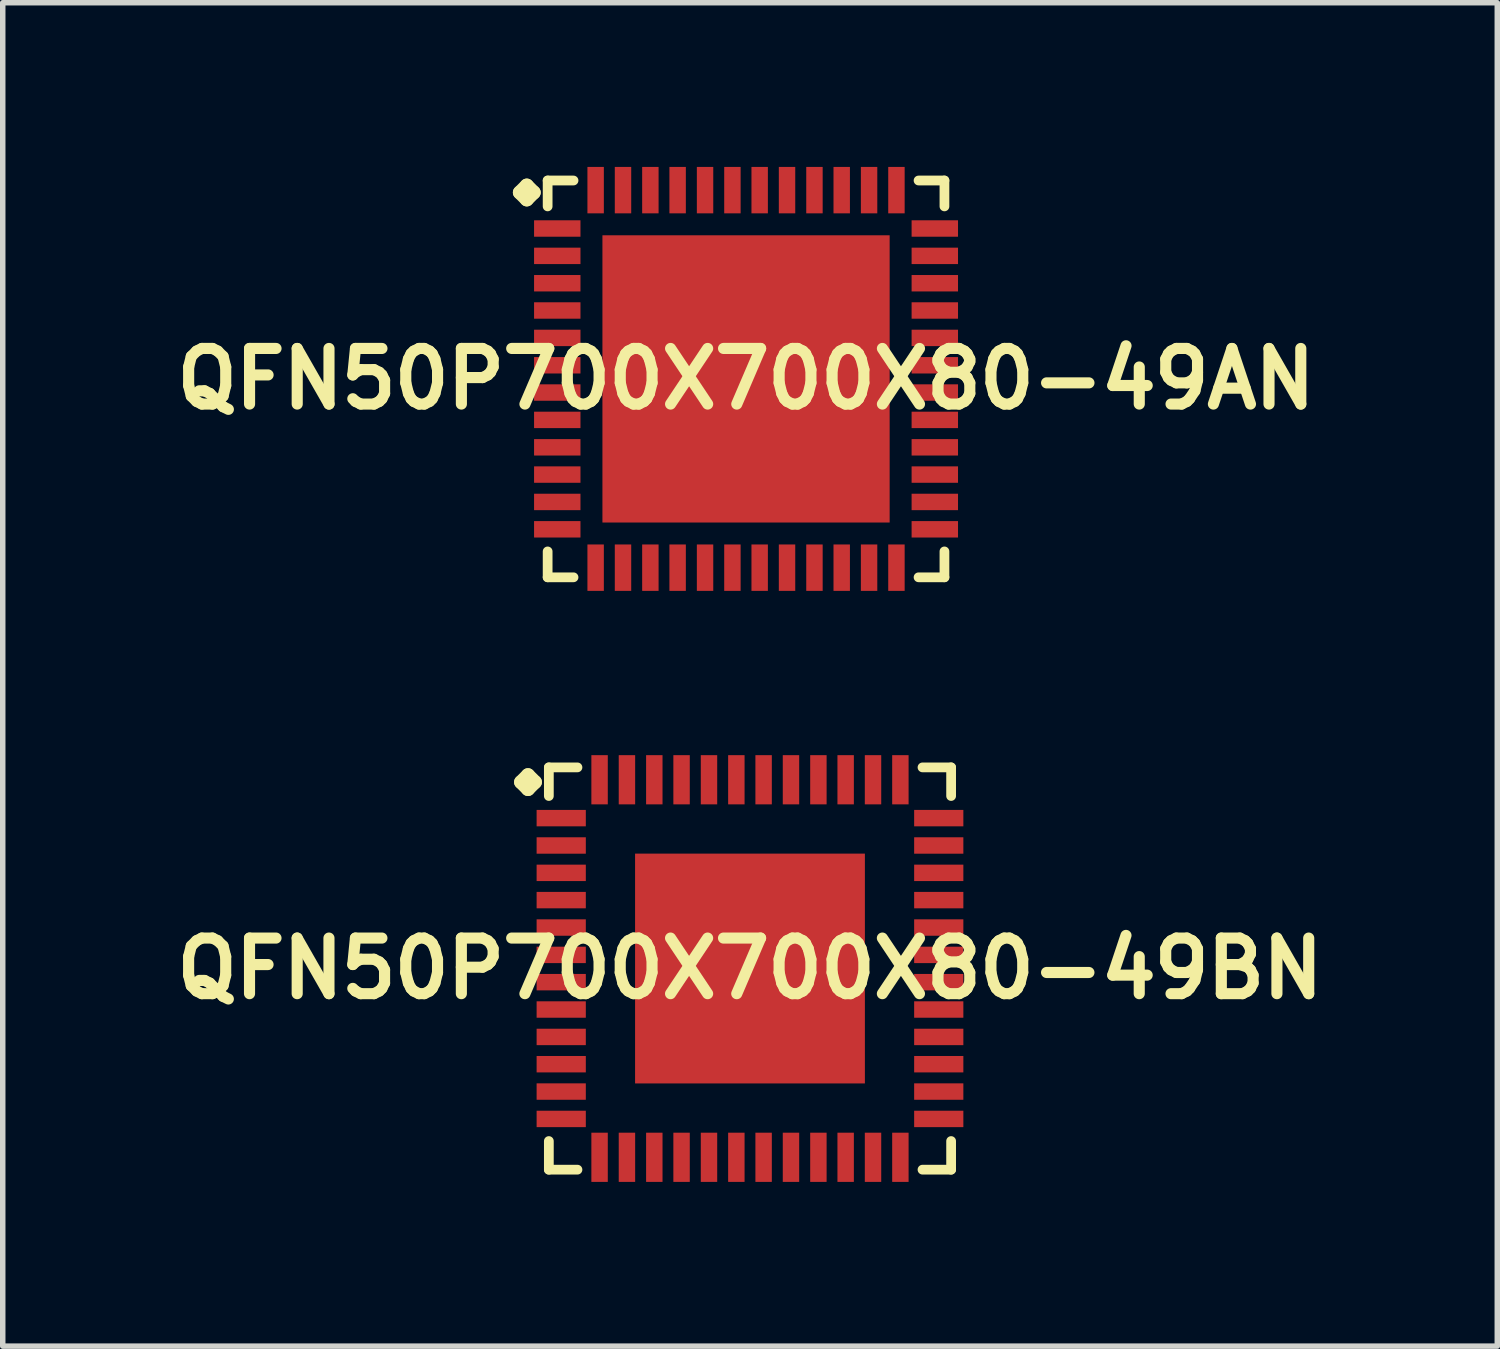
<source format=kicad_pcb>
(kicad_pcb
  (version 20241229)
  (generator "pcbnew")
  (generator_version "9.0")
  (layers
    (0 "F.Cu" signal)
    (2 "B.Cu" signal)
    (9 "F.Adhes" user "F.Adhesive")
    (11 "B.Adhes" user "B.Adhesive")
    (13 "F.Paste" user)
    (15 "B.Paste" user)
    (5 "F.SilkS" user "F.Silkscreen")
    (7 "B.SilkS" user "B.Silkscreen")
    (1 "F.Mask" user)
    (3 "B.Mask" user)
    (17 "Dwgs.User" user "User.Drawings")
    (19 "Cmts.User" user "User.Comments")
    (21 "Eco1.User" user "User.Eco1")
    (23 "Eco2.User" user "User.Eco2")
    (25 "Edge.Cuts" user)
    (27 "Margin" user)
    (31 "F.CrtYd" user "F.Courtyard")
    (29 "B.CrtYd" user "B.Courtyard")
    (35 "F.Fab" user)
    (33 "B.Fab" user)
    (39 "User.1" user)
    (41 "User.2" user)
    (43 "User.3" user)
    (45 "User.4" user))
  (footprint "QFN50P700X700X80-49AN"
    (layer "F.Cu")
    (at 10.581 3.873)
    (property "Reference" "QFN50P700X700X80-49AN" (at 0 0 0) (layer "F.SilkS") (effects (font (size 1.016 1.016) (thickness 0.203))))
    (attr smd)
    (fp_line (start -4.133 -3.406) (end -4.006 -3.533) (stroke (width 0.254) (type solid)) (layer "F.SilkS"))
    (fp_line (start -4.006 -3.533) (end -3.879 -3.406) (stroke (width 0.254) (type solid)) (layer "F.SilkS"))
    (fp_line (start -4.006 -3.279) (end -4.133 -3.406) (stroke (width 0.254) (type solid)) (layer "F.SilkS"))
    (fp_line (start -3.879 -3.406) (end -4.006 -3.279) (stroke (width 0.254) (type solid)) (layer "F.SilkS"))
    (fp_line (start -3.625 -3.625) (end -3.152 -3.625) (stroke (width 0.178) (type solid)) (layer "F.SilkS"))
    (fp_line (start -3.625 -3.152) (end -3.625 -3.625) (stroke (width 0.178) (type solid)) (layer "F.SilkS"))
    (fp_line (start -3.625 3.152) (end -3.625 3.625) (stroke (width 0.178) (type solid)) (layer "F.SilkS"))
    (fp_line (start -3.625 3.625) (end -3.152 3.625) (stroke (width 0.178) (type solid)) (layer "F.SilkS"))
    (fp_line (start 3.152 -3.625) (end 3.625 -3.625) (stroke (width 0.178) (type solid)) (layer "F.SilkS"))
    (fp_line (start 3.152 3.625) (end 3.625 3.625) (stroke (width 0.178) (type solid)) (layer "F.SilkS"))
    (fp_line (start 3.625 -3.625) (end 3.625 -3.152) (stroke (width 0.178) (type solid)) (layer "F.SilkS"))
    (fp_line (start 3.625 3.625) (end 3.625 3.152) (stroke (width 0.178) (type solid)) (layer "F.SilkS"))
    (pad "1" smd rect (at -3.449 -2.748) (size 0.848 0.3) (layers "F.Cu" "F.Mask" "F.Paste"))
    (pad "2" smd rect (at -3.449 -2.248) (size 0.848 0.3) (layers "F.Cu" "F.Mask" "F.Paste"))
    (pad "3" smd rect (at -3.449 -1.748) (size 0.848 0.3) (layers "F.Cu" "F.Mask" "F.Paste"))
    (pad "4" smd rect (at -3.449 -1.25) (size 0.848 0.3) (layers "F.Cu" "F.Mask" "F.Paste"))
    (pad "5" smd rect (at -3.449 -0.749) (size 0.848 0.3) (layers "F.Cu" "F.Mask" "F.Paste"))
    (pad "6" smd rect (at -3.449 -0.249) (size 0.848 0.3) (layers "F.Cu" "F.Mask" "F.Paste"))
    (pad "7" smd rect (at -3.449 0.249) (size 0.848 0.3) (layers "F.Cu" "F.Mask" "F.Paste"))
    (pad "8" smd rect (at -3.449 0.749) (size 0.848 0.3) (layers "F.Cu" "F.Mask" "F.Paste"))
    (pad "9" smd rect (at -3.449 1.25) (size 0.848 0.3) (layers "F.Cu" "F.Mask" "F.Paste"))
    (pad "10" smd rect (at -3.449 1.748) (size 0.848 0.3) (layers "F.Cu" "F.Mask" "F.Paste"))
    (pad "11" smd rect (at -3.449 2.248) (size 0.848 0.3) (layers "F.Cu" "F.Mask" "F.Paste"))
    (pad "12" smd rect (at -3.449 2.748) (size 0.848 0.3) (layers "F.Cu" "F.Mask" "F.Paste"))
    (pad "13" smd rect (at -2.748 3.449) (size 0.3 0.848) (layers "F.Cu" "F.Mask" "F.Paste"))
    (pad "14" smd rect (at -2.248 3.449) (size 0.3 0.848) (layers "F.Cu" "F.Mask" "F.Paste"))
    (pad "15" smd rect (at -1.748 3.449) (size 0.3 0.848) (layers "F.Cu" "F.Mask" "F.Paste"))
    (pad "16" smd rect (at -1.25 3.449) (size 0.3 0.848) (layers "F.Cu" "F.Mask" "F.Paste"))
    (pad "17" smd rect (at -0.749 3.449) (size 0.3 0.848) (layers "F.Cu" "F.Mask" "F.Paste"))
    (pad "18" smd rect (at -0.249 3.449) (size 0.3 0.848) (layers "F.Cu" "F.Mask" "F.Paste"))
    (pad "19" smd rect (at 0.249 3.449) (size 0.3 0.848) (layers "F.Cu" "F.Mask" "F.Paste"))
    (pad "20" smd rect (at 0.749 3.449) (size 0.3 0.848) (layers "F.Cu" "F.Mask" "F.Paste"))
    (pad "21" smd rect (at 1.25 3.449) (size 0.3 0.848) (layers "F.Cu" "F.Mask" "F.Paste"))
    (pad "22" smd rect (at 1.748 3.449) (size 0.3 0.848) (layers "F.Cu" "F.Mask" "F.Paste"))
    (pad "23" smd rect (at 2.248 3.449) (size 0.3 0.848) (layers "F.Cu" "F.Mask" "F.Paste"))
    (pad "24" smd rect (at 2.748 3.449) (size 0.3 0.848) (layers "F.Cu" "F.Mask" "F.Paste"))
    (pad "25" smd rect (at 3.449 2.748) (size 0.848 0.3) (layers "F.Cu" "F.Mask" "F.Paste"))
    (pad "26" smd rect (at 3.449 2.248) (size 0.848 0.3) (layers "F.Cu" "F.Mask" "F.Paste"))
    (pad "27" smd rect (at 3.449 1.748) (size 0.848 0.3) (layers "F.Cu" "F.Mask" "F.Paste"))
    (pad "28" smd rect (at 3.449 1.25) (size 0.848 0.3) (layers "F.Cu" "F.Mask" "F.Paste"))
    (pad "29" smd rect (at 3.449 0.749) (size 0.848 0.3) (layers "F.Cu" "F.Mask" "F.Paste"))
    (pad "30" smd rect (at 3.449 0.249) (size 0.848 0.3) (layers "F.Cu" "F.Mask" "F.Paste"))
    (pad "31" smd rect (at 3.449 -0.249) (size 0.848 0.3) (layers "F.Cu" "F.Mask" "F.Paste"))
    (pad "32" smd rect (at 3.449 -0.749) (size 0.848 0.3) (layers "F.Cu" "F.Mask" "F.Paste"))
    (pad "33" smd rect (at 3.449 -1.25) (size 0.848 0.3) (layers "F.Cu" "F.Mask" "F.Paste"))
    (pad "34" smd rect (at 3.449 -1.748) (size 0.848 0.3) (layers "F.Cu" "F.Mask" "F.Paste"))
    (pad "35" smd rect (at 3.449 -2.248) (size 0.848 0.3) (layers "F.Cu" "F.Mask" "F.Paste"))
    (pad "36" smd rect (at 3.449 -2.748) (size 0.848 0.3) (layers "F.Cu" "F.Mask" "F.Paste"))
    (pad "37" smd rect (at 2.748 -3.449) (size 0.3 0.848) (layers "F.Cu" "F.Mask" "F.Paste"))
    (pad "38" smd rect (at 2.248 -3.449) (size 0.3 0.848) (layers "F.Cu" "F.Mask" "F.Paste"))
    (pad "39" smd rect (at 1.748 -3.449) (size 0.3 0.848) (layers "F.Cu" "F.Mask" "F.Paste"))
    (pad "40" smd rect (at 1.25 -3.449) (size 0.3 0.848) (layers "F.Cu" "F.Mask" "F.Paste"))
    (pad "41" smd rect (at 0.749 -3.449) (size 0.3 0.848) (layers "F.Cu" "F.Mask" "F.Paste"))
    (pad "42" smd rect (at 0.249 -3.449) (size 0.3 0.848) (layers "F.Cu" "F.Mask" "F.Paste"))
    (pad "43" smd rect (at -0.249 -3.449) (size 0.3 0.848) (layers "F.Cu" "F.Mask" "F.Paste"))
    (pad "44" smd rect (at -0.749 -3.449) (size 0.3 0.848) (layers "F.Cu" "F.Mask" "F.Paste"))
    (pad "45" smd rect (at -1.25 -3.449) (size 0.3 0.848) (layers "F.Cu" "F.Mask" "F.Paste"))
    (pad "46" smd rect (at -1.748 -3.449) (size 0.3 0.848) (layers "F.Cu" "F.Mask" "F.Paste"))
    (pad "47" smd rect (at -2.248 -3.449) (size 0.3 0.848) (layers "F.Cu" "F.Mask" "F.Paste"))
    (pad "48" smd rect (at -2.748 -3.449) (size 0.3 0.848) (layers "F.Cu" "F.Mask" "F.Paste"))
    (pad "49" smd rect (at 0 0) (size 5.248 5.248) (layers "F.Cu" "F.Mask" "F.Paste")))
  (footprint "QFN50P700X700X80-49BN"
    (layer "F.Cu")
    (at 10.653 14.646)
    (property "Reference" "QFN50P700X700X80-49BN" (at 0 0 0) (layer "F.SilkS") (effects (font (size 1.016 1.016) (thickness 0.203))))
    (attr smd)
    (fp_line (start -4.183 -3.406) (end -4.056 -3.533) (stroke (width 0.254) (type solid)) (layer "F.SilkS"))
    (fp_line (start -4.056 -3.533) (end -3.929 -3.406) (stroke (width 0.254) (type solid)) (layer "F.SilkS"))
    (fp_line (start -4.056 -3.279) (end -4.183 -3.406) (stroke (width 0.254) (type solid)) (layer "F.SilkS"))
    (fp_line (start -3.929 -3.406) (end -4.056 -3.279) (stroke (width 0.254) (type solid)) (layer "F.SilkS"))
    (fp_line (start -3.675 -3.675) (end -3.152 -3.675) (stroke (width 0.178) (type solid)) (layer "F.SilkS"))
    (fp_line (start -3.675 -3.152) (end -3.675 -3.675) (stroke (width 0.178) (type solid)) (layer "F.SilkS"))
    (fp_line (start -3.675 3.152) (end -3.675 3.675) (stroke (width 0.178) (type solid)) (layer "F.SilkS"))
    (fp_line (start -3.675 3.675) (end -3.152 3.675) (stroke (width 0.178) (type solid)) (layer "F.SilkS"))
    (fp_line (start 3.152 -3.675) (end 3.675 -3.675) (stroke (width 0.178) (type solid)) (layer "F.SilkS"))
    (fp_line (start 3.152 3.675) (end 3.675 3.675) (stroke (width 0.178) (type solid)) (layer "F.SilkS"))
    (fp_line (start 3.675 -3.675) (end 3.675 -3.152) (stroke (width 0.178) (type solid)) (layer "F.SilkS"))
    (fp_line (start 3.675 3.675) (end 3.675 3.152) (stroke (width 0.178) (type solid)) (layer "F.SilkS"))
    (pad "1" smd rect (at -3.449 -2.748) (size 0.899 0.3) (layers "F.Cu" "F.Mask" "F.Paste"))
    (pad "2" smd rect (at -3.449 -2.248) (size 0.899 0.3) (layers "F.Cu" "F.Mask" "F.Paste"))
    (pad "3" smd rect (at -3.449 -1.748) (size 0.899 0.3) (layers "F.Cu" "F.Mask" "F.Paste"))
    (pad "4" smd rect (at -3.449 -1.25) (size 0.899 0.3) (layers "F.Cu" "F.Mask" "F.Paste"))
    (pad "5" smd rect (at -3.449 -0.749) (size 0.899 0.3) (layers "F.Cu" "F.Mask" "F.Paste"))
    (pad "6" smd rect (at -3.449 -0.249) (size 0.899 0.3) (layers "F.Cu" "F.Mask" "F.Paste"))
    (pad "7" smd rect (at -3.449 0.249) (size 0.899 0.3) (layers "F.Cu" "F.Mask" "F.Paste"))
    (pad "8" smd rect (at -3.449 0.749) (size 0.899 0.3) (layers "F.Cu" "F.Mask" "F.Paste"))
    (pad "9" smd rect (at -3.449 1.25) (size 0.899 0.3) (layers "F.Cu" "F.Mask" "F.Paste"))
    (pad "10" smd rect (at -3.449 1.748) (size 0.899 0.3) (layers "F.Cu" "F.Mask" "F.Paste"))
    (pad "11" smd rect (at -3.449 2.248) (size 0.899 0.3) (layers "F.Cu" "F.Mask" "F.Paste"))
    (pad "12" smd rect (at -3.449 2.748) (size 0.899 0.3) (layers "F.Cu" "F.Mask" "F.Paste"))
    (pad "13" smd rect (at -2.748 3.449) (size 0.3 0.899) (layers "F.Cu" "F.Mask" "F.Paste"))
    (pad "14" smd rect (at -2.248 3.449) (size 0.3 0.899) (layers "F.Cu" "F.Mask" "F.Paste"))
    (pad "15" smd rect (at -1.748 3.449) (size 0.3 0.899) (layers "F.Cu" "F.Mask" "F.Paste"))
    (pad "16" smd rect (at -1.25 3.449) (size 0.3 0.899) (layers "F.Cu" "F.Mask" "F.Paste"))
    (pad "17" smd rect (at -0.749 3.449) (size 0.3 0.899) (layers "F.Cu" "F.Mask" "F.Paste"))
    (pad "18" smd rect (at -0.249 3.449) (size 0.3 0.899) (layers "F.Cu" "F.Mask" "F.Paste"))
    (pad "19" smd rect (at 0.249 3.449) (size 0.3 0.899) (layers "F.Cu" "F.Mask" "F.Paste"))
    (pad "20" smd rect (at 0.749 3.449) (size 0.3 0.899) (layers "F.Cu" "F.Mask" "F.Paste"))
    (pad "21" smd rect (at 1.25 3.449) (size 0.3 0.899) (layers "F.Cu" "F.Mask" "F.Paste"))
    (pad "22" smd rect (at 1.748 3.449) (size 0.3 0.899) (layers "F.Cu" "F.Mask" "F.Paste"))
    (pad "23" smd rect (at 2.248 3.449) (size 0.3 0.899) (layers "F.Cu" "F.Mask" "F.Paste"))
    (pad "24" smd rect (at 2.748 3.449) (size 0.3 0.899) (layers "F.Cu" "F.Mask" "F.Paste"))
    (pad "25" smd rect (at 3.449 2.748) (size 0.899 0.3) (layers "F.Cu" "F.Mask" "F.Paste"))
    (pad "26" smd rect (at 3.449 2.248) (size 0.899 0.3) (layers "F.Cu" "F.Mask" "F.Paste"))
    (pad "27" smd rect (at 3.449 1.748) (size 0.899 0.3) (layers "F.Cu" "F.Mask" "F.Paste"))
    (pad "28" smd rect (at 3.449 1.25) (size 0.899 0.3) (layers "F.Cu" "F.Mask" "F.Paste"))
    (pad "29" smd rect (at 3.449 0.749) (size 0.899 0.3) (layers "F.Cu" "F.Mask" "F.Paste"))
    (pad "30" smd rect (at 3.449 0.249) (size 0.899 0.3) (layers "F.Cu" "F.Mask" "F.Paste"))
    (pad "31" smd rect (at 3.449 -0.249) (size 0.899 0.3) (layers "F.Cu" "F.Mask" "F.Paste"))
    (pad "32" smd rect (at 3.449 -0.749) (size 0.899 0.3) (layers "F.Cu" "F.Mask" "F.Paste"))
    (pad "33" smd rect (at 3.449 -1.25) (size 0.899 0.3) (layers "F.Cu" "F.Mask" "F.Paste"))
    (pad "34" smd rect (at 3.449 -1.748) (size 0.899 0.3) (layers "F.Cu" "F.Mask" "F.Paste"))
    (pad "35" smd rect (at 3.449 -2.248) (size 0.899 0.3) (layers "F.Cu" "F.Mask" "F.Paste"))
    (pad "36" smd rect (at 3.449 -2.748) (size 0.899 0.3) (layers "F.Cu" "F.Mask" "F.Paste"))
    (pad "37" smd rect (at 2.748 -3.449) (size 0.3 0.899) (layers "F.Cu" "F.Mask" "F.Paste"))
    (pad "38" smd rect (at 2.248 -3.449) (size 0.3 0.899) (layers "F.Cu" "F.Mask" "F.Paste"))
    (pad "39" smd rect (at 1.748 -3.449) (size 0.3 0.899) (layers "F.Cu" "F.Mask" "F.Paste"))
    (pad "40" smd rect (at 1.25 -3.449) (size 0.3 0.899) (layers "F.Cu" "F.Mask" "F.Paste"))
    (pad "41" smd rect (at 0.749 -3.449) (size 0.3 0.899) (layers "F.Cu" "F.Mask" "F.Paste"))
    (pad "42" smd rect (at 0.249 -3.449) (size 0.3 0.899) (layers "F.Cu" "F.Mask" "F.Paste"))
    (pad "43" smd rect (at -0.249 -3.449) (size 0.3 0.899) (layers "F.Cu" "F.Mask" "F.Paste"))
    (pad "44" smd rect (at -0.749 -3.449) (size 0.3 0.899) (layers "F.Cu" "F.Mask" "F.Paste"))
    (pad "45" smd rect (at -1.25 -3.449) (size 0.3 0.899) (layers "F.Cu" "F.Mask" "F.Paste"))
    (pad "46" smd rect (at -1.748 -3.449) (size 0.3 0.899) (layers "F.Cu" "F.Mask" "F.Paste"))
    (pad "47" smd rect (at -2.248 -3.449) (size 0.3 0.899) (layers "F.Cu" "F.Mask" "F.Paste"))
    (pad "48" smd rect (at -2.748 -3.449) (size 0.3 0.899) (layers "F.Cu" "F.Mask" "F.Paste"))
    (pad "49" smd rect (at 0 0) (size 4.199 4.199) (layers "F.Cu" "F.Mask" "F.Paste")))
  (gr_rect
    (start -3 -3)
    (end 24.307 21.545)
    (stroke (width 0.1) (type default))
    (fill no)
    (layer "Edge.Cuts")))
</source>
